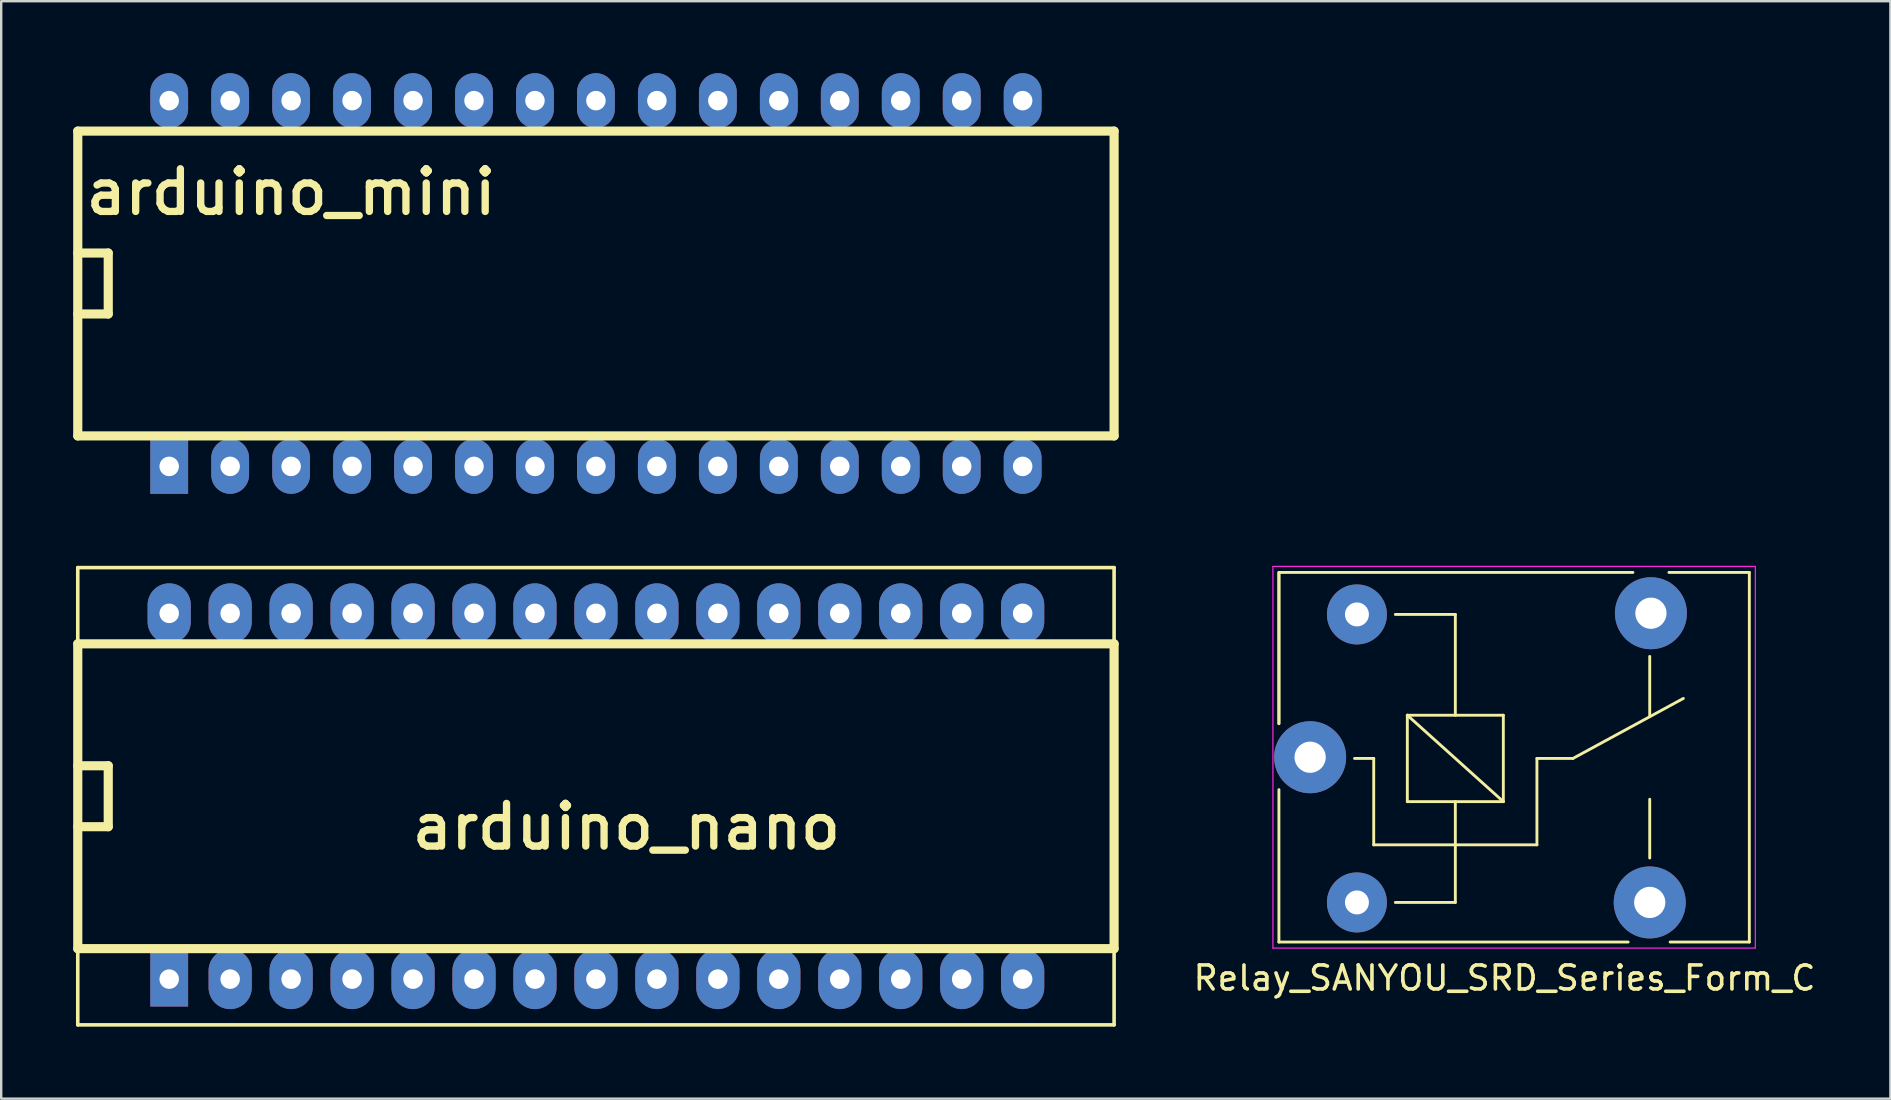
<source format=kicad_pcb>
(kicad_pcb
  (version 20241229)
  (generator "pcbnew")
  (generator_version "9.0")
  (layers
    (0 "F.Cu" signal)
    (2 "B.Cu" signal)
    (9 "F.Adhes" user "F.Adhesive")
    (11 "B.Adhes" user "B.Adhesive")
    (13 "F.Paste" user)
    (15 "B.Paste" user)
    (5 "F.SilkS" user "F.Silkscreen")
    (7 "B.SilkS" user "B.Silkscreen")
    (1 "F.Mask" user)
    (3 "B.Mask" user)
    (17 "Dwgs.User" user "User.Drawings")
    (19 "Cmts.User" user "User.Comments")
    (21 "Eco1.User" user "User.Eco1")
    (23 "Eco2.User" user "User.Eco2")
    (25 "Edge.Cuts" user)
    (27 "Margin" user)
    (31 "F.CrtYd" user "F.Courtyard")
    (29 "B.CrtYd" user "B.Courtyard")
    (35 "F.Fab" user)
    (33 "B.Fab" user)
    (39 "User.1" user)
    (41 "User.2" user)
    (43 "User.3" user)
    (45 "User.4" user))
  (footprint "arduino_mini"
    (layer "F.Cu")
    (at 23.05 8.763)
    (property "Reference" "arduino_mini" (at -13.97 -3.81 0) (layer "F.SilkS") (effects (font (size 1.778 1.778) (thickness 0.305))))
    (fp_line (start -22.86 -6.35) (end 20.32 -6.35) (stroke (width 0.381) (type solid)) (layer "F.SilkS"))
    (fp_line (start -22.86 1.27) (end -21.59 1.27) (stroke (width 0.381) (type solid)) (layer "F.SilkS"))
    (fp_line (start -22.86 6.35) (end -22.86 -6.35) (stroke (width 0.381) (type solid)) (layer "F.SilkS"))
    (fp_line (start -21.59 -1.27) (end -22.86 -1.27) (stroke (width 0.381) (type solid)) (layer "F.SilkS"))
    (fp_line (start -21.59 1.27) (end -21.59 -1.27) (stroke (width 0.381) (type solid)) (layer "F.SilkS"))
    (fp_line (start 20.32 -6.35) (end 20.32 6.35) (stroke (width 0.381) (type solid)) (layer "F.SilkS"))
    (fp_line (start 20.32 6.35) (end -22.86 6.35) (stroke (width 0.381) (type solid)) (layer "F.SilkS"))
    (pad "1" thru_hole rect (at -19.05 7.62) (size 1.575 2.286) (drill 0.813) (layers "*.Cu" "*.Mask"))
    (pad "2" thru_hole oval (at -16.51 7.62) (size 1.575 2.286) (drill 0.813) (layers "*.Cu" "*.Mask"))
    (pad "3" thru_hole oval (at -13.97 7.62) (size 1.575 2.286) (drill 0.813) (layers "*.Cu" "*.Mask"))
    (pad "4" thru_hole oval (at -11.43 7.62) (size 1.575 2.286) (drill 0.813) (layers "*.Cu" "*.Mask"))
    (pad "5" thru_hole oval (at -8.89 7.62) (size 1.575 2.286) (drill 0.813) (layers "*.Cu" "*.Mask"))
    (pad "6" thru_hole oval (at -6.35 7.62) (size 1.575 2.286) (drill 0.813) (layers "*.Cu" "*.Mask"))
    (pad "7" thru_hole oval (at -3.81 7.62) (size 1.575 2.286) (drill 0.813) (layers "*.Cu" "*.Mask"))
    (pad "8" thru_hole oval (at -1.27 7.62) (size 1.575 2.286) (drill 0.813) (layers "*.Cu" "*.Mask"))
    (pad "9" thru_hole oval (at 1.27 7.62) (size 1.575 2.286) (drill 0.813) (layers "*.Cu" "*.Mask"))
    (pad "10" thru_hole oval (at 3.81 7.62) (size 1.575 2.286) (drill 0.813) (layers "*.Cu" "*.Mask"))
    (pad "11" thru_hole oval (at 6.35 7.62) (size 1.575 2.286) (drill 0.813) (layers "*.Cu" "*.Mask"))
    (pad "12" thru_hole oval (at 8.89 7.62) (size 1.575 2.286) (drill 0.813) (layers "*.Cu" "*.Mask"))
    (pad "13" thru_hole oval (at 11.43 7.62) (size 1.575 2.286) (drill 0.813) (layers "*.Cu" "*.Mask"))
    (pad "14" thru_hole oval (at 13.97 7.62) (size 1.575 2.286) (drill 0.813) (layers "*.Cu" "*.Mask"))
    (pad "15" thru_hole oval (at 16.51 7.62) (size 1.575 2.286) (drill 0.813) (layers "*.Cu" "*.Mask"))
    (pad "16" thru_hole oval (at 16.51 -7.62) (size 1.575 2.286) (drill 0.813) (layers "*.Cu" "*.Mask"))
    (pad "17" thru_hole oval (at 13.97 -7.62) (size 1.575 2.286) (drill 0.813) (layers "*.Cu" "*.Mask"))
    (pad "18" thru_hole oval (at 11.43 -7.62) (size 1.575 2.286) (drill 0.813) (layers "*.Cu" "*.Mask"))
    (pad "19" thru_hole oval (at 8.89 -7.62) (size 1.575 2.286) (drill 0.813) (layers "*.Cu" "*.Mask"))
    (pad "20" thru_hole oval (at 6.35 -7.62) (size 1.575 2.286) (drill 0.813) (layers "*.Cu" "*.Mask"))
    (pad "21" thru_hole oval (at 3.81 -7.62) (size 1.575 2.286) (drill 0.813) (layers "*.Cu" "*.Mask"))
    (pad "22" thru_hole oval (at 1.27 -7.62) (size 1.575 2.286) (drill 0.813) (layers "*.Cu" "*.Mask"))
    (pad "23" thru_hole oval (at -1.27 -7.62) (size 1.575 2.286) (drill 0.813) (layers "*.Cu" "*.Mask"))
    (pad "24" thru_hole oval (at -3.81 -7.62) (size 1.575 2.286) (drill 0.813) (layers "*.Cu" "*.Mask"))
    (pad "25" thru_hole oval (at -6.35 -7.62) (size 1.575 2.286) (drill 0.813) (layers "*.Cu" "*.Mask"))
    (pad "26" thru_hole oval (at -8.89 -7.62) (size 1.575 2.286) (drill 0.813) (layers "*.Cu" "*.Mask"))
    (pad "27" thru_hole oval (at -11.43 -7.62) (size 1.575 2.286) (drill 0.813) (layers "*.Cu" "*.Mask"))
    (pad "28" thru_hole oval (at -13.97 -7.62) (size 1.575 2.286) (drill 0.813) (layers "*.Cu" "*.Mask"))
    (pad "29" thru_hole oval (at -16.51 -7.62) (size 1.575 2.286) (drill 0.813) (layers "*.Cu" "*.Mask"))
    (pad "30" thru_hole oval (at -19.05 -7.62) (size 1.575 2.286) (drill 0.813) (layers "*.Cu" "*.Mask")))
  (footprint "Relay_SANYOU_SRD_Series_Form_C"
    (layer "F.Cu")
    (at 51.538 28.501)
    (property "Reference" "Relay_SANYOU_SRD_Series_Form_C" (at 8.1 9.2 0) (layer "F.SilkS") (effects (font (size 1 1) (thickness 0.15))))
    (fp_line (start -1.3 -7.7) (end 13.45 -7.7) (stroke (width 0.12) (type solid)) (layer "F.SilkS"))
    (fp_line (start -1.3 -7.65) (end -1.3 -1.4) (stroke (width 0.12) (type solid)) (layer "F.SilkS"))
    (fp_line (start -1.3 -1.4) (end -1.3 -7.7) (stroke (width 0.12) (type solid)) (layer "F.SilkS"))
    (fp_line (start -1.3 1.35) (end -1.3 7.7) (stroke (width 0.12) (type solid)) (layer "F.SilkS"))
    (fp_line (start -1.3 7.7) (end 13.25 7.7) (stroke (width 0.12) (type solid)) (layer "F.SilkS"))
    (fp_line (start 2.65 0.05) (end 1.85 0.05) (stroke (width 0.12) (type solid)) (layer "F.SilkS"))
    (fp_line (start 2.65 0.05) (end 2.65 3.65) (stroke (width 0.12) (type solid)) (layer "F.SilkS"))
    (fp_line (start 3.55 6.05) (end 6.05 6.05) (stroke (width 0.12) (type solid)) (layer "F.SilkS"))
    (fp_line (start 4.05 -1.75) (end 8.05 -1.75) (stroke (width 0.12) (type solid)) (layer "F.SilkS"))
    (fp_line (start 4.05 1.85) (end 4.05 -1.75) (stroke (width 0.12) (type solid)) (layer "F.SilkS"))
    (fp_line (start 6.05 -5.95) (end 3.55 -5.95) (stroke (width 0.12) (type solid)) (layer "F.SilkS"))
    (fp_line (start 6.05 -5.95) (end 6.05 -1.75) (stroke (width 0.12) (type solid)) (layer "F.SilkS"))
    (fp_line (start 6.05 1.85) (end 6.05 6.05) (stroke (width 0.12) (type solid)) (layer "F.SilkS"))
    (fp_line (start 8.05 -1.75) (end 8.05 1.85) (stroke (width 0.12) (type solid)) (layer "F.SilkS"))
    (fp_line (start 8.05 1.85) (end 4.05 -1.75) (stroke (width 0.12) (type solid)) (layer "F.SilkS"))
    (fp_line (start 8.05 1.85) (end 4.05 1.85) (stroke (width 0.12) (type solid)) (layer "F.SilkS"))
    (fp_line (start 9.45 0.05) (end 9.45 3.65) (stroke (width 0.12) (type solid)) (layer "F.SilkS"))
    (fp_line (start 9.45 0.05) (end 10.95 0.05) (stroke (width 0.12) (type solid)) (layer "F.SilkS"))
    (fp_line (start 9.45 3.65) (end 2.65 3.65) (stroke (width 0.12) (type solid)) (layer "F.SilkS"))
    (fp_line (start 10.95 0.05) (end 15.55 -2.45) (stroke (width 0.12) (type solid)) (layer "F.SilkS"))
    (fp_line (start 14.15 -4.2) (end 14.15 -1.7) (stroke (width 0.12) (type solid)) (layer "F.SilkS"))
    (fp_line (start 14.15 4.2) (end 14.15 1.75) (stroke (width 0.12) (type solid)) (layer "F.SilkS"))
    (fp_line (start 15 7.7) (end 18.3 7.7) (stroke (width 0.12) (type solid)) (layer "F.SilkS"))
    (fp_line (start 18.3 -7.7) (end 14.95 -7.7) (stroke (width 0.12) (type solid)) (layer "F.SilkS"))
    (fp_line (start 18.3 7.7) (end 18.3 -7.7) (stroke (width 0.12) (type solid)) (layer "F.SilkS"))
    (fp_line (start -1.55 7.95) (end -1.55 -7.95) (stroke (width 0.05) (type solid)) (layer "F.CrtYd"))
    (fp_line (start -1.55 7.95) (end 18.55 7.95) (stroke (width 0.05) (type solid)) (layer "F.CrtYd"))
    (fp_line (start 18.55 -7.95) (end -1.55 -7.95) (stroke (width 0.05) (type solid)) (layer "F.CrtYd"))
    (fp_line (start 18.55 -7.95) (end 18.55 7.95) (stroke (width 0.05) (type solid)) (layer "F.CrtYd"))
    (pad "1" thru_hole circle (at 0 0 90) (size 3 3) (drill 1.3) (layers "*.Cu" "*.Mask"))
    (pad "2" thru_hole circle (at 1.95 6.05 90) (size 2.5 2.5) (drill 1) (layers "*.Cu" "*.Mask"))
    (pad "3" thru_hole circle (at 14.15 6.05 90) (size 3 3) (drill 1.3) (layers "*.Cu" "*.Mask"))
    (pad "4" thru_hole circle (at 14.2 -6 90) (size 3 3) (drill 1.3) (layers "*.Cu" "*.Mask"))
    (pad "5" thru_hole circle (at 1.95 -5.95 90) (size 2.5 2.5) (drill 1) (layers "*.Cu" "*.Mask")))
  (footprint "arduino_nano"
    (layer "F.Cu")
    (at 23.05 30.126)
    (property "Reference" "arduino_nano" (at 0 1.27 180) (layer "F.SilkS") (effects (font (size 1.778 1.778) (thickness 0.305))))
    (fp_line (start -22.86 -9.525) (end -22.86 -6.35) (stroke (width 0.15) (type solid)) (layer "F.SilkS"))
    (fp_line (start -22.86 -6.35) (end 20.32 -6.35) (stroke (width 0.381) (type solid)) (layer "F.SilkS"))
    (fp_line (start -22.86 1.27) (end -21.59 1.27) (stroke (width 0.381) (type solid)) (layer "F.SilkS"))
    (fp_line (start -22.86 6.35) (end -22.86 -6.35) (stroke (width 0.381) (type solid)) (layer "F.SilkS"))
    (fp_line (start -22.86 9.525) (end -22.86 6.35) (stroke (width 0.15) (type solid)) (layer "F.SilkS"))
    (fp_line (start -21.59 -1.27) (end -22.86 -1.27) (stroke (width 0.381) (type solid)) (layer "F.SilkS"))
    (fp_line (start -21.59 1.27) (end -21.59 -1.27) (stroke (width 0.381) (type solid)) (layer "F.SilkS"))
    (fp_line (start 20.32 -9.525) (end -22.86 -9.525) (stroke (width 0.15) (type solid)) (layer "F.SilkS"))
    (fp_line (start 20.32 -6.35) (end 20.32 -9.525) (stroke (width 0.15) (type solid)) (layer "F.SilkS"))
    (fp_line (start 20.32 -6.35) (end 20.32 6.35) (stroke (width 0.381) (type solid)) (layer "F.SilkS"))
    (fp_line (start 20.32 6.35) (end -22.86 6.35) (stroke (width 0.381) (type solid)) (layer "F.SilkS"))
    (fp_line (start 20.32 6.35) (end 20.32 9.525) (stroke (width 0.15) (type solid)) (layer "F.SilkS"))
    (fp_line (start 20.32 9.525) (end -22.86 9.525) (stroke (width 0.15) (type solid)) (layer "F.SilkS"))
    (pad "3V3" thru_hole oval (at -16.51 7.62) (size 1.8 2.5) (drill 0.813) (layers "*.Cu" "*.Mask"))
    (pad "5V" thru_hole oval (at 8.89 7.62) (size 1.8 2.5) (drill 0.813) (layers "*.Cu" "*.Mask"))
    (pad "A0" thru_hole oval (at -11.43 7.62) (size 1.8 2.5) (drill 0.813) (layers "*.Cu" "*.Mask"))
    (pad "A1" thru_hole oval (at -8.89 7.62) (size 1.8 2.5) (drill 0.813) (layers "*.Cu" "*.Mask"))
    (pad "A2" thru_hole oval (at -6.35 7.62) (size 1.8 2.5) (drill 0.813) (layers "*.Cu" "*.Mask"))
    (pad "A3" thru_hole oval (at -3.81 7.62) (size 1.8 2.5) (drill 0.813) (layers "*.Cu" "*.Mask"))
    (pad "A4" thru_hole oval (at -1.27 7.62) (size 1.8 2.5) (drill 0.813) (layers "*.Cu" "*.Mask"))
    (pad "A5" thru_hole oval (at 1.27 7.62) (size 1.8 2.5) (drill 0.813) (layers "*.Cu" "*.Mask"))
    (pad "A6" thru_hole oval (at 3.81 7.62) (size 1.8 2.5) (drill 0.813) (layers "*.Cu" "*.Mask"))
    (pad "A7" thru_hole oval (at 6.35 7.62) (size 1.8 2.5) (drill 0.813) (layers "*.Cu" "*.Mask"))
    (pad "D2" thru_hole oval (at 6.35 -7.62) (size 1.8 2.5) (drill 0.813) (layers "*.Cu" "*.Mask"))
    (pad "D3" thru_hole oval (at 3.81 -7.62) (size 1.8 2.5) (drill 0.813) (layers "*.Cu" "*.Mask"))
    (pad "D4" thru_hole oval (at 1.27 -7.62) (size 1.8 2.5) (drill 0.813) (layers "*.Cu" "*.Mask"))
    (pad "D5" thru_hole oval (at -1.27 -7.62) (size 1.8 2.5) (drill 0.813) (layers "*.Cu" "*.Mask"))
    (pad "D6" thru_hole oval (at -3.81 -7.62) (size 1.8 2.5) (drill 0.813) (layers "*.Cu" "*.Mask"))
    (pad "D7" thru_hole oval (at -6.35 -7.62) (size 1.8 2.5) (drill 0.813) (layers "*.Cu" "*.Mask"))
    (pad "D8" thru_hole oval (at -8.89 -7.62) (size 1.8 2.5) (drill 0.813) (layers "*.Cu" "*.Mask"))
    (pad "D9" thru_hole oval (at -11.43 -7.62) (size 1.8 2.5) (drill 0.813) (layers "*.Cu" "*.Mask"))
    (pad "D10" thru_hole oval (at -13.97 -7.62) (size 1.8 2.5) (drill 0.813) (layers "*.Cu" "*.Mask"))
    (pad "D11" thru_hole oval (at -16.51 -7.62) (size 1.8 2.5) (drill 0.813) (layers "*.Cu" "*.Mask"))
    (pad "D12" thru_hole oval (at -19.05 -7.62) (size 1.8 2.5) (drill 0.813) (layers "*.Cu" "*.Mask"))
    (pad "D13" thru_hole rect (at -19.05 7.62) (size 1.575 2.286) (drill 0.813) (layers "*.Cu" "*.Mask"))
    (pad "GND0" thru_hole oval (at 8.89 -7.62) (size 1.8 2.5) (drill 0.813) (layers "*.Cu" "*.Mask"))
    (pad "GND1" thru_hole oval (at 13.97 7.62) (size 1.8 2.5) (drill 0.813) (layers "*.Cu" "*.Mask"))
    (pad "REF" thru_hole oval (at -13.97 7.62) (size 1.8 2.5) (drill 0.813) (layers "*.Cu" "*.Mask"))
    (pad "RST0" thru_hole oval (at 11.43 7.62) (size 1.8 2.5) (drill 0.813) (layers "*.Cu" "*.Mask"))
    (pad "RST1" thru_hole oval (at 11.43 -7.62) (size 1.8 2.5) (drill 0.813) (layers "*.Cu" "*.Mask"))
    (pad "RX0" thru_hole oval (at 13.97 -7.62) (size 1.8 2.5) (drill 0.813) (layers "*.Cu" "*.Mask"))
    (pad "TX1" thru_hole oval (at 16.51 -7.62) (size 1.8 2.5) (drill 0.813) (layers "*.Cu" "*.Mask"))
    (pad "VIN" thru_hole oval (at 16.51 7.62) (size 1.8 2.5) (drill 0.813) (layers "*.Cu" "*.Mask")))
  (gr_rect
    (start -3 -3)
    (end 75.716 42.726)
    (stroke (width 0.1) (type default))
    (fill no)
    (layer "Edge.Cuts")))
</source>
